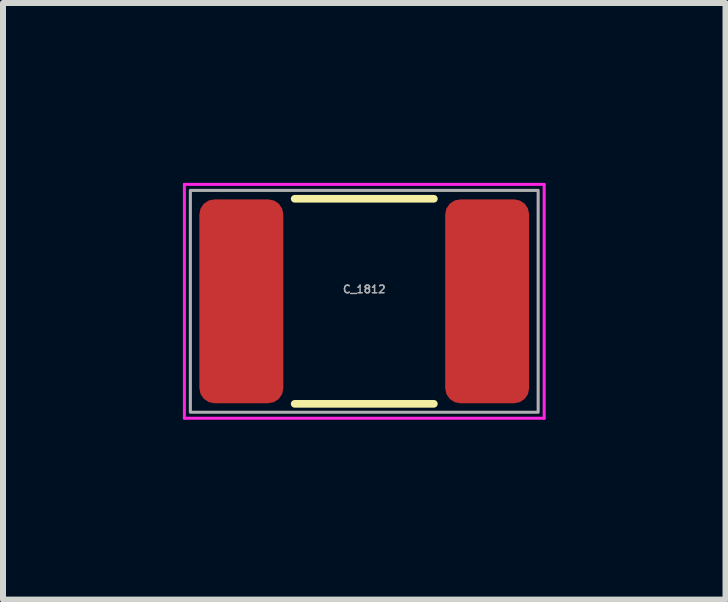
<source format=kicad_pcb>
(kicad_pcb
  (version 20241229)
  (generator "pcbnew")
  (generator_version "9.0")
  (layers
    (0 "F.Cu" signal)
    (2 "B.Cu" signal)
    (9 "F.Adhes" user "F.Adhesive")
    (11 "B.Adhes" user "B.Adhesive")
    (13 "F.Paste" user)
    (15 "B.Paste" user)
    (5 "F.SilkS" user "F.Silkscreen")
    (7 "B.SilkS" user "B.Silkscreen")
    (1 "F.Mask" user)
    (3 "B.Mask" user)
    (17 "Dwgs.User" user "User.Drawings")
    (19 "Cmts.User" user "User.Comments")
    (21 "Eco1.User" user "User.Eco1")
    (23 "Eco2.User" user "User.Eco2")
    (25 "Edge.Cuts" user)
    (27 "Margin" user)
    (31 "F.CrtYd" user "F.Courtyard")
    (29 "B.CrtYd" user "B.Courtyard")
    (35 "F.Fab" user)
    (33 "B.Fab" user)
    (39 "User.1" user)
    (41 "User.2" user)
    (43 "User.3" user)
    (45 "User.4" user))
  (footprint "C_1812"
    (layer "F.Cu")
    (at 3.025 1.975)
    (property "Reference" "C_1812" (at 0 -0.2 0) (layer "F.Fab") (effects (font (size 0.127 0.127) (thickness 0.025))))
    (attr smd)
    (fp_line (start -1.161 -1.71) (end 1.161 -1.71) (stroke (width 0.127) (type solid)) (layer "F.SilkS"))
    (fp_line (start -1.161 1.71) (end 1.161 1.71) (stroke (width 0.127) (type solid)) (layer "F.SilkS"))
    (fp_line (start -3 -1.95) (end 3 -1.95) (stroke (width 0.05) (type solid)) (layer "F.CrtYd"))
    (fp_line (start -3 1.95) (end -3 -1.95) (stroke (width 0.05) (type solid)) (layer "F.CrtYd"))
    (fp_line (start 3 -1.95) (end 3 1.95) (stroke (width 0.05) (type solid)) (layer "F.CrtYd"))
    (fp_line (start 3 1.95) (end -3 1.95) (stroke (width 0.05) (type solid)) (layer "F.CrtYd"))
    (fp_rect (start -2.9 -1.85) (end 2.9 1.85) (stroke (width 0.051) (type solid)) (fill no) (layer "F.Fab"))
    (pad "1" smd roundrect (at -2.05 0) (size 1.4 3.4) (layers "F.Cu" "F.Mask" "F.Paste") (roundrect_rratio 0.179))
    (pad "2" smd roundrect (at 2.05 0) (size 1.4 3.4) (layers "F.Cu" "F.Mask" "F.Paste") (roundrect_rratio 0.179)))
  (gr_rect
    (start -3 -3)
    (end 9.05 6.95)
    (stroke (width 0.1) (type default))
    (fill no)
    (layer "Edge.Cuts")))
</source>
